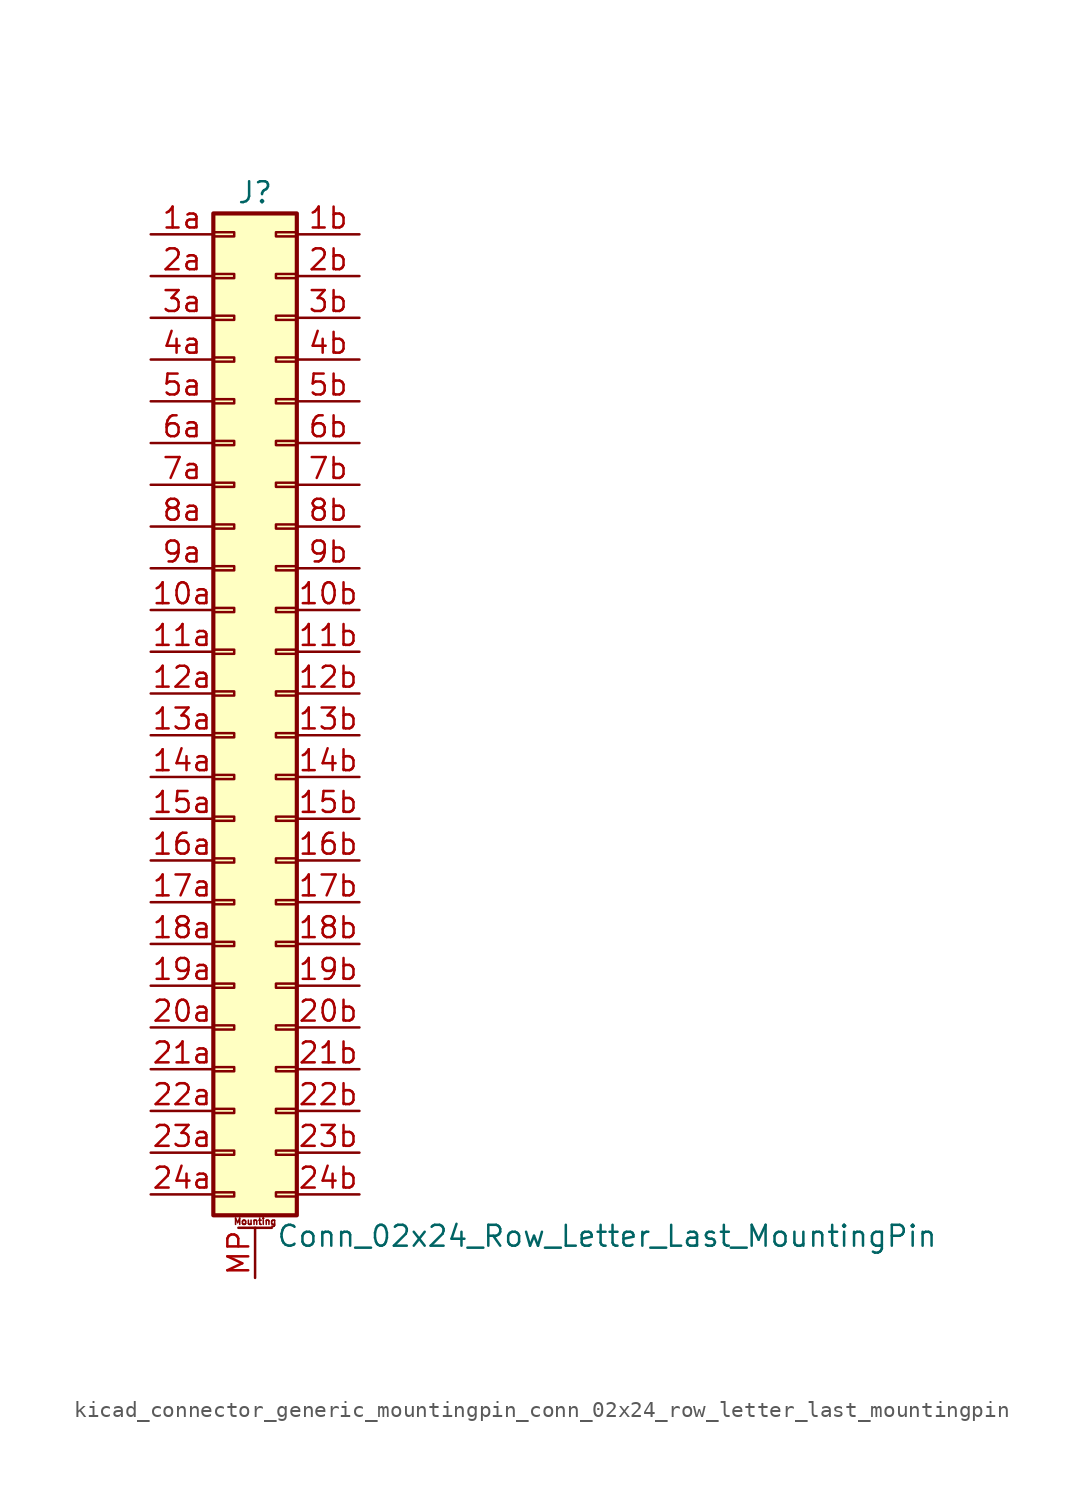
<source format=kicad_sym>
(kicad_symbol_lib
  (version 20220914)
  (generator kicad_symbol_editor)
  (symbol "kicad_connector_generic_mountingpin_conn_02x24_row_letter_last_mountingpin"
    (pin_names
      (offset 1.016) hide)
    (property "Reference" "J"
      (at 1.27 30.48 0)
      (effects (font (size 1.27 1.27))))
    (property "Value" "Conn_02x24_Row_Letter_Last_MountingPin"
      (at 2.54 -33.02 0)
      (effects (font (size 1.27 1.27)) (justify left)))
    (symbol "kicad_connector_generic_mountingpin_conn_02x24_row_letter_last_mountingpin_1_1"
      (rectangle (start -1.27 -30.353) (end 0 -30.607) (stroke (width 0.152) (type default)) (fill (type none)))
      (rectangle (start -1.27 -27.813) (end 0 -28.067) (stroke (width 0.152) (type default)) (fill (type none)))
      (rectangle (start -1.27 -25.273) (end 0 -25.527) (stroke (width 0.152) (type default)) (fill (type none)))
      (rectangle (start -1.27 -22.733) (end 0 -22.987) (stroke (width 0.152) (type default)) (fill (type none)))
      (rectangle (start -1.27 -20.193) (end 0 -20.447) (stroke (width 0.152) (type default)) (fill (type none)))
      (rectangle (start -1.27 -17.653) (end 0 -17.907) (stroke (width 0.152) (type default)) (fill (type none)))
      (rectangle (start -1.27 -15.113) (end 0 -15.367) (stroke (width 0.152) (type default)) (fill (type none)))
      (rectangle (start -1.27 -12.573) (end 0 -12.827) (stroke (width 0.152) (type default)) (fill (type none)))
      (rectangle (start -1.27 -10.033) (end 0 -10.287) (stroke (width 0.152) (type default)) (fill (type none)))
      (rectangle (start -1.27 -7.493) (end 0 -7.747) (stroke (width 0.152) (type default)) (fill (type none)))
      (rectangle (start -1.27 -4.953) (end 0 -5.207) (stroke (width 0.152) (type default)) (fill (type none)))
      (rectangle (start -1.27 -2.413) (end 0 -2.667) (stroke (width 0.152) (type default)) (fill (type none)))
      (rectangle (start -1.27 0.127) (end 0 -0.127) (stroke (width 0.152) (type default)) (fill (type none)))
      (rectangle (start -1.27 2.667) (end 0 2.413) (stroke (width 0.152) (type default)) (fill (type none)))
      (rectangle (start -1.27 5.207) (end 0 4.953) (stroke (width 0.152) (type default)) (fill (type none)))
      (rectangle (start -1.27 7.747) (end 0 7.493) (stroke (width 0.152) (type default)) (fill (type none)))
      (rectangle (start -1.27 10.287) (end 0 10.033) (stroke (width 0.152) (type default)) (fill (type none)))
      (rectangle (start -1.27 12.827) (end 0 12.573) (stroke (width 0.152) (type default)) (fill (type none)))
      (rectangle (start -1.27 15.367) (end 0 15.113) (stroke (width 0.152) (type default)) (fill (type none)))
      (rectangle (start -1.27 17.907) (end 0 17.653) (stroke (width 0.152) (type default)) (fill (type none)))
      (rectangle (start -1.27 20.447) (end 0 20.193) (stroke (width 0.152) (type default)) (fill (type none)))
      (rectangle (start -1.27 22.987) (end 0 22.733) (stroke (width 0.152) (type default)) (fill (type none)))
      (rectangle (start -1.27 25.527) (end 0 25.273) (stroke (width 0.152) (type default)) (fill (type none)))
      (rectangle (start -1.27 28.067) (end 0 27.813) (stroke (width 0.152) (type default)) (fill (type none)))
      (rectangle (start -1.27 29.21) (end 3.81 -31.75) (stroke (width 0.254) (type default)) (fill (type background)))
      (polyline (pts (xy 0.254 -32.512) (xy 2.286 -32.512)) (stroke (width 0.152) (type default)) (fill (type none)))
      (rectangle (start 3.81 -30.353) (end 2.54 -30.607) (stroke (width 0.152) (type default)) (fill (type none)))
      (rectangle (start 3.81 -27.813) (end 2.54 -28.067) (stroke (width 0.152) (type default)) (fill (type none)))
      (rectangle (start 3.81 -25.273) (end 2.54 -25.527) (stroke (width 0.152) (type default)) (fill (type none)))
      (rectangle (start 3.81 -22.733) (end 2.54 -22.987) (stroke (width 0.152) (type default)) (fill (type none)))
      (rectangle (start 3.81 -20.193) (end 2.54 -20.447) (stroke (width 0.152) (type default)) (fill (type none)))
      (rectangle (start 3.81 -17.653) (end 2.54 -17.907) (stroke (width 0.152) (type default)) (fill (type none)))
      (rectangle (start 3.81 -15.113) (end 2.54 -15.367) (stroke (width 0.152) (type default)) (fill (type none)))
      (rectangle (start 3.81 -12.573) (end 2.54 -12.827) (stroke (width 0.152) (type default)) (fill (type none)))
      (rectangle (start 3.81 -10.033) (end 2.54 -10.287) (stroke (width 0.152) (type default)) (fill (type none)))
      (rectangle (start 3.81 -7.493) (end 2.54 -7.747) (stroke (width 0.152) (type default)) (fill (type none)))
      (rectangle (start 3.81 -4.953) (end 2.54 -5.207) (stroke (width 0.152) (type default)) (fill (type none)))
      (rectangle (start 3.81 -2.413) (end 2.54 -2.667) (stroke (width 0.152) (type default)) (fill (type none)))
      (rectangle (start 3.81 0.127) (end 2.54 -0.127) (stroke (width 0.152) (type default)) (fill (type none)))
      (rectangle (start 3.81 2.667) (end 2.54 2.413) (stroke (width 0.152) (type default)) (fill (type none)))
      (rectangle (start 3.81 5.207) (end 2.54 4.953) (stroke (width 0.152) (type default)) (fill (type none)))
      (rectangle (start 3.81 7.747) (end 2.54 7.493) (stroke (width 0.152) (type default)) (fill (type none)))
      (rectangle (start 3.81 10.287) (end 2.54 10.033) (stroke (width 0.152) (type default)) (fill (type none)))
      (rectangle (start 3.81 12.827) (end 2.54 12.573) (stroke (width 0.152) (type default)) (fill (type none)))
      (rectangle (start 3.81 15.367) (end 2.54 15.113) (stroke (width 0.152) (type default)) (fill (type none)))
      (rectangle (start 3.81 17.907) (end 2.54 17.653) (stroke (width 0.152) (type default)) (fill (type none)))
      (rectangle (start 3.81 20.447) (end 2.54 20.193) (stroke (width 0.152) (type default)) (fill (type none)))
      (rectangle (start 3.81 22.987) (end 2.54 22.733) (stroke (width 0.152) (type default)) (fill (type none)))
      (rectangle (start 3.81 25.527) (end 2.54 25.273) (stroke (width 0.152) (type default)) (fill (type none)))
      (rectangle (start 3.81 28.067) (end 2.54 27.813) (stroke (width 0.152) (type default)) (fill (type none)))
      (text "Mounting" (at 1.27 -32.131 0) (effects (font (size 0.381 0.381))))
      (pin passive line (at -5.08 5.08 0) (length 3.81) (name "Pin_10a" (effects (font (size 1.27 1.27)))) (number "10a" (effects (font (size 1.27 1.27)))))
      (pin passive line (at 7.62 5.08 180) (length 3.81) (name "Pin_10b" (effects (font (size 1.27 1.27)))) (number "10b" (effects (font (size 1.27 1.27)))))
      (pin passive line (at -5.08 2.54 0) (length 3.81) (name "Pin_11a" (effects (font (size 1.27 1.27)))) (number "11a" (effects (font (size 1.27 1.27)))))
      (pin passive line (at 7.62 2.54 180) (length 3.81) (name "Pin_11b" (effects (font (size 1.27 1.27)))) (number "11b" (effects (font (size 1.27 1.27)))))
      (pin passive line (at -5.08 0 0) (length 3.81) (name "Pin_12a" (effects (font (size 1.27 1.27)))) (number "12a" (effects (font (size 1.27 1.27)))))
      (pin passive line (at 7.62 0 180) (length 3.81) (name "Pin_12b" (effects (font (size 1.27 1.27)))) (number "12b" (effects (font (size 1.27 1.27)))))
      (pin passive line (at -5.08 -2.54 0) (length 3.81) (name "Pin_13a" (effects (font (size 1.27 1.27)))) (number "13a" (effects (font (size 1.27 1.27)))))
      (pin passive line (at 7.62 -2.54 180) (length 3.81) (name "Pin_13b" (effects (font (size 1.27 1.27)))) (number "13b" (effects (font (size 1.27 1.27)))))
      (pin passive line (at -5.08 -5.08 0) (length 3.81) (name "Pin_14a" (effects (font (size 1.27 1.27)))) (number "14a" (effects (font (size 1.27 1.27)))))
      (pin passive line (at 7.62 -5.08 180) (length 3.81) (name "Pin_14b" (effects (font (size 1.27 1.27)))) (number "14b" (effects (font (size 1.27 1.27)))))
      (pin passive line (at -5.08 -7.62 0) (length 3.81) (name "Pin_15a" (effects (font (size 1.27 1.27)))) (number "15a" (effects (font (size 1.27 1.27)))))
      (pin passive line (at 7.62 -7.62 180) (length 3.81) (name "Pin_15b" (effects (font (size 1.27 1.27)))) (number "15b" (effects (font (size 1.27 1.27)))))
      (pin passive line (at -5.08 -10.16 0) (length 3.81) (name "Pin_16a" (effects (font (size 1.27 1.27)))) (number "16a" (effects (font (size 1.27 1.27)))))
      (pin passive line (at 7.62 -10.16 180) (length 3.81) (name "Pin_16b" (effects (font (size 1.27 1.27)))) (number "16b" (effects (font (size 1.27 1.27)))))
      (pin passive line (at -5.08 -12.7 0) (length 3.81) (name "Pin_17a" (effects (font (size 1.27 1.27)))) (number "17a" (effects (font (size 1.27 1.27)))))
      (pin passive line (at 7.62 -12.7 180) (length 3.81) (name "Pin_17b" (effects (font (size 1.27 1.27)))) (number "17b" (effects (font (size 1.27 1.27)))))
      (pin passive line (at -5.08 -15.24 0) (length 3.81) (name "Pin_18a" (effects (font (size 1.27 1.27)))) (number "18a" (effects (font (size 1.27 1.27)))))
      (pin passive line (at 7.62 -15.24 180) (length 3.81) (name "Pin_18b" (effects (font (size 1.27 1.27)))) (number "18b" (effects (font (size 1.27 1.27)))))
      (pin passive line (at -5.08 -17.78 0) (length 3.81) (name "Pin_19a" (effects (font (size 1.27 1.27)))) (number "19a" (effects (font (size 1.27 1.27)))))
      (pin passive line (at 7.62 -17.78 180) (length 3.81) (name "Pin_19b" (effects (font (size 1.27 1.27)))) (number "19b" (effects (font (size 1.27 1.27)))))
      (pin passive line (at -5.08 27.94 0) (length 3.81) (name "Pin_1a" (effects (font (size 1.27 1.27)))) (number "1a" (effects (font (size 1.27 1.27)))))
      (pin passive line (at 7.62 27.94 180) (length 3.81) (name "Pin_1b" (effects (font (size 1.27 1.27)))) (number "1b" (effects (font (size 1.27 1.27)))))
      (pin passive line (at -5.08 -20.32 0) (length 3.81) (name "Pin_20a" (effects (font (size 1.27 1.27)))) (number "20a" (effects (font (size 1.27 1.27)))))
      (pin passive line (at 7.62 -20.32 180) (length 3.81) (name "Pin_20b" (effects (font (size 1.27 1.27)))) (number "20b" (effects (font (size 1.27 1.27)))))
      (pin passive line (at -5.08 -22.86 0) (length 3.81) (name "Pin_21a" (effects (font (size 1.27 1.27)))) (number "21a" (effects (font (size 1.27 1.27)))))
      (pin passive line (at 7.62 -22.86 180) (length 3.81) (name "Pin_21b" (effects (font (size 1.27 1.27)))) (number "21b" (effects (font (size 1.27 1.27)))))
      (pin passive line (at -5.08 -25.4 0) (length 3.81) (name "Pin_22a" (effects (font (size 1.27 1.27)))) (number "22a" (effects (font (size 1.27 1.27)))))
      (pin passive line (at 7.62 -25.4 180) (length 3.81) (name "Pin_22b" (effects (font (size 1.27 1.27)))) (number "22b" (effects (font (size 1.27 1.27)))))
      (pin passive line (at -5.08 -27.94 0) (length 3.81) (name "Pin_23a" (effects (font (size 1.27 1.27)))) (number "23a" (effects (font (size 1.27 1.27)))))
      (pin passive line (at 7.62 -27.94 180) (length 3.81) (name "Pin_23b" (effects (font (size 1.27 1.27)))) (number "23b" (effects (font (size 1.27 1.27)))))
      (pin passive line (at -5.08 -30.48 0) (length 3.81) (name "Pin_24a" (effects (font (size 1.27 1.27)))) (number "24a" (effects (font (size 1.27 1.27)))))
      (pin passive line (at 7.62 -30.48 180) (length 3.81) (name "Pin_24b" (effects (font (size 1.27 1.27)))) (number "24b" (effects (font (size 1.27 1.27)))))
      (pin passive line (at -5.08 25.4 0) (length 3.81) (name "Pin_2a" (effects (font (size 1.27 1.27)))) (number "2a" (effects (font (size 1.27 1.27)))))
      (pin passive line (at 7.62 25.4 180) (length 3.81) (name "Pin_2b" (effects (font (size 1.27 1.27)))) (number "2b" (effects (font (size 1.27 1.27)))))
      (pin passive line (at -5.08 22.86 0) (length 3.81) (name "Pin_3a" (effects (font (size 1.27 1.27)))) (number "3a" (effects (font (size 1.27 1.27)))))
      (pin passive line (at 7.62 22.86 180) (length 3.81) (name "Pin_3b" (effects (font (size 1.27 1.27)))) (number "3b" (effects (font (size 1.27 1.27)))))
      (pin passive line (at -5.08 20.32 0) (length 3.81) (name "Pin_4a" (effects (font (size 1.27 1.27)))) (number "4a" (effects (font (size 1.27 1.27)))))
      (pin passive line (at 7.62 20.32 180) (length 3.81) (name "Pin_4b" (effects (font (size 1.27 1.27)))) (number "4b" (effects (font (size 1.27 1.27)))))
      (pin passive line (at -5.08 17.78 0) (length 3.81) (name "Pin_5a" (effects (font (size 1.27 1.27)))) (number "5a" (effects (font (size 1.27 1.27)))))
      (pin passive line (at 7.62 17.78 180) (length 3.81) (name "Pin_5b" (effects (font (size 1.27 1.27)))) (number "5b" (effects (font (size 1.27 1.27)))))
      (pin passive line (at -5.08 15.24 0) (length 3.81) (name "Pin_6a" (effects (font (size 1.27 1.27)))) (number "6a" (effects (font (size 1.27 1.27)))))
      (pin passive line (at 7.62 15.24 180) (length 3.81) (name "Pin_6b" (effects (font (size 1.27 1.27)))) (number "6b" (effects (font (size 1.27 1.27)))))
      (pin passive line (at -5.08 12.7 0) (length 3.81) (name "Pin_7a" (effects (font (size 1.27 1.27)))) (number "7a" (effects (font (size 1.27 1.27)))))
      (pin passive line (at 7.62 12.7 180) (length 3.81) (name "Pin_7b" (effects (font (size 1.27 1.27)))) (number "7b" (effects (font (size 1.27 1.27)))))
      (pin passive line (at -5.08 10.16 0) (length 3.81) (name "Pin_8a" (effects (font (size 1.27 1.27)))) (number "8a" (effects (font (size 1.27 1.27)))))
      (pin passive line (at 7.62 10.16 180) (length 3.81) (name "Pin_8b" (effects (font (size 1.27 1.27)))) (number "8b" (effects (font (size 1.27 1.27)))))
      (pin passive line (at -5.08 7.62 0) (length 3.81) (name "Pin_9a" (effects (font (size 1.27 1.27)))) (number "9a" (effects (font (size 1.27 1.27)))))
      (pin passive line (at 7.62 7.62 180) (length 3.81) (name "Pin_9b" (effects (font (size 1.27 1.27)))) (number "9b" (effects (font (size 1.27 1.27)))))
      (pin passive line (at 1.27 -35.56 90) (length 3.048) (name "MountPin" (effects (font (size 1.27 1.27)))) (number "MP" (effects (font (size 1.27 1.27))))))))
</source>
